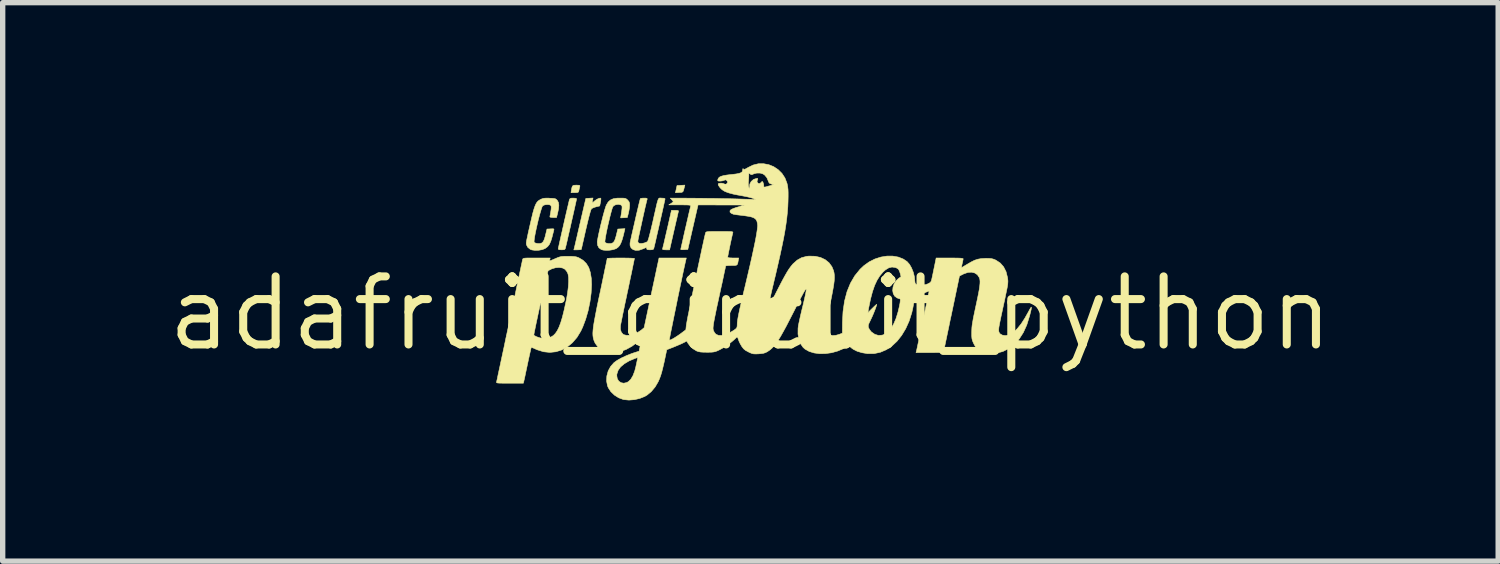
<source format=kicad_pcb>
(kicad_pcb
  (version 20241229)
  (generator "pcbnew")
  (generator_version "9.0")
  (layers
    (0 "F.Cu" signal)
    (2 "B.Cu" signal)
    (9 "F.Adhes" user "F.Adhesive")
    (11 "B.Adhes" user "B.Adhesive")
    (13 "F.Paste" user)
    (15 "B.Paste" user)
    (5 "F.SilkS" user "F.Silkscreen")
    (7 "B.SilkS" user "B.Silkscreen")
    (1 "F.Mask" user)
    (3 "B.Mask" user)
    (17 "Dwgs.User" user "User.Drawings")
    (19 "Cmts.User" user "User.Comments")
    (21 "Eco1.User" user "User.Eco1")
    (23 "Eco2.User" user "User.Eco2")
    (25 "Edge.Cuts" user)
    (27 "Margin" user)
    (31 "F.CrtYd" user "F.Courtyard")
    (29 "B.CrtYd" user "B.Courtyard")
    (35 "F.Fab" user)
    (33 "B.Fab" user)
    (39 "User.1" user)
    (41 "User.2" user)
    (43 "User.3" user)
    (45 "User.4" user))
  (footprint "adafruit_circuit_python"
    (layer "F.Cu")
    (at 10.953 2.798)
    (property "Reference" "adafruit_circuit_python" (at 0 0 0) (layer "F.SilkS") (effects (font (size 1.27 1.27) (thickness 0.15))))
    (attr through_hole)
    (fp_poly (pts (xy -1.232 -2.358) (xy -1.244 -2.31) (xy -1.254 -2.28) (xy -1.267 -2.265) (xy -1.286 -2.258) (xy -1.318 -2.256) (xy -1.328 -2.256) (xy -1.399 -2.252) (xy -1.369 -2.386) (xy -1.223 -2.394) (xy -1.232 -2.358)) (stroke (width 0.01) (type solid)) (fill yes) (layer "F.SilkS"))
    (fp_poly (pts (xy -3.208 -2.392) (xy -3.188 -2.388) (xy -3.182 -2.379) (xy -3.185 -2.36) (xy -3.186 -2.359) (xy -3.195 -2.32) (xy -3.201 -2.29) (xy -3.207 -2.269) (xy -3.219 -2.258) (xy -3.242 -2.254) (xy -3.278 -2.253) (xy -3.348 -2.253) (xy -3.34 -2.301) (xy -3.331 -2.348) (xy -3.321 -2.375) (xy -3.305 -2.388) (xy -3.279 -2.392) (xy -3.248 -2.393) (xy -3.208 -2.392)) (stroke (width 0.01) (type solid)) (fill yes) (layer "F.SilkS"))
    (fp_poly (pts (xy -1.365 -1.922) (xy -1.346 -1.917) (xy -1.342 -1.907) (xy -1.343 -1.901) (xy -1.348 -1.883) (xy -1.357 -1.844) (xy -1.37 -1.786) (xy -1.387 -1.715) (xy -1.406 -1.632) (xy -1.427 -1.541) (xy -1.429 -1.532) (xy -1.508 -1.186) (xy -1.577 -1.186) (xy -1.619 -1.188) (xy -1.638 -1.194) (xy -1.64 -1.202) (xy -1.636 -1.218) (xy -1.627 -1.256) (xy -1.613 -1.311) (xy -1.597 -1.382) (xy -1.578 -1.464) (xy -1.557 -1.555) (xy -1.553 -1.57) (xy -1.473 -1.923) (xy -1.405 -1.923) (xy -1.365 -1.922)) (stroke (width 0.01) (type solid)) (fill yes) (layer "F.SilkS"))
    (fp_poly (pts (xy -3.268 -2.149) (xy -3.246 -2.142) (xy -3.244 -2.137) (xy -3.246 -2.123) (xy -3.254 -2.087) (xy -3.266 -2.033) (xy -3.281 -1.965) (xy -3.299 -1.885) (xy -3.319 -1.797) (xy -3.34 -1.705) (xy -3.361 -1.611) (xy -3.382 -1.52) (xy -3.402 -1.434) (xy -3.419 -1.357) (xy -3.434 -1.293) (xy -3.446 -1.244) (xy -3.453 -1.214) (xy -3.455 -1.208) (xy -3.465 -1.194) (xy -3.489 -1.188) (xy -3.524 -1.186) (xy -3.566 -1.189) (xy -3.585 -1.198) (xy -3.586 -1.203) (xy -3.584 -1.218) (xy -3.576 -1.254) (xy -3.564 -1.308) (xy -3.549 -1.377) (xy -3.531 -1.457) (xy -3.511 -1.545) (xy -3.49 -1.638) (xy -3.469 -1.731) (xy -3.448 -1.822) (xy -3.428 -1.908) (xy -3.41 -1.984) (xy -3.395 -2.048) (xy -3.384 -2.096) (xy -3.377 -2.125) (xy -3.375 -2.129) (xy -3.365 -2.143) (xy -3.341 -2.15) (xy -3.306 -2.151) (xy -3.268 -2.149)) (stroke (width 0.01) (type solid)) (fill yes) (layer "F.SilkS"))
    (fp_poly (pts (xy -2.946 -2.105) (xy -2.955 -2.056) (xy -2.909 -2.097) (xy -2.871 -2.125) (xy -2.834 -2.144) (xy -2.804 -2.152) (xy -2.791 -2.148) (xy -2.79 -2.132) (xy -2.793 -2.1) (xy -2.798 -2.073) (xy -2.812 -2.005) (xy -2.878 -1.989) (xy -2.92 -1.976) (xy -2.954 -1.96) (xy -2.966 -1.951) (xy -2.976 -1.932) (xy -2.99 -1.888) (xy -3.008 -1.823) (xy -3.03 -1.737) (xy -3.055 -1.633) (xy -3.071 -1.565) (xy -3.092 -1.473) (xy -3.111 -1.388) (xy -3.128 -1.315) (xy -3.141 -1.257) (xy -3.15 -1.216) (xy -3.154 -1.195) (xy -3.155 -1.194) (xy -3.166 -1.19) (xy -3.196 -1.187) (xy -3.225 -1.186) (xy -3.295 -1.186) (xy -3.286 -1.221) (xy -3.281 -1.241) (xy -3.271 -1.283) (xy -3.257 -1.344) (xy -3.239 -1.42) (xy -3.219 -1.508) (xy -3.196 -1.606) (xy -3.174 -1.701) (xy -3.071 -2.145) (xy -3.004 -2.149) (xy -2.937 -2.153) (xy -2.946 -2.105)) (stroke (width 0.01) (type solid)) (fill yes) (layer "F.SilkS"))
    (fp_poly (pts (xy -2.381 -2.151) (xy -2.346 -2.148) (xy -2.323 -2.141) (xy -2.304 -2.128) (xy -2.29 -2.114) (xy -2.266 -2.086) (xy -2.256 -2.056) (xy -2.254 -2.016) (xy -2.258 -1.97) (xy -2.267 -1.913) (xy -2.276 -1.872) (xy -2.297 -1.789) (xy -2.36 -1.785) (xy -2.422 -1.782) (xy -2.413 -1.836) (xy -2.402 -1.905) (xy -2.396 -1.954) (xy -2.395 -1.986) (xy -2.398 -2.005) (xy -2.407 -2.017) (xy -2.422 -2.025) (xy -2.422 -2.026) (xy -2.466 -2.035) (xy -2.513 -2.028) (xy -2.552 -2.008) (xy -2.565 -1.992) (xy -2.576 -1.969) (xy -2.589 -1.926) (xy -2.605 -1.868) (xy -2.623 -1.798) (xy -2.641 -1.721) (xy -2.66 -1.641) (xy -2.677 -1.563) (xy -2.692 -1.489) (xy -2.704 -1.424) (xy -2.712 -1.373) (xy -2.715 -1.339) (xy -2.714 -1.327) (xy -2.691 -1.312) (xy -2.65 -1.303) (xy -2.644 -1.303) (xy -2.601 -1.304) (xy -2.568 -1.316) (xy -2.543 -1.342) (xy -2.523 -1.386) (xy -2.504 -1.451) (xy -2.502 -1.46) (xy -2.474 -1.574) (xy -2.341 -1.581) (xy -2.349 -1.546) (xy -2.373 -1.447) (xy -2.395 -1.37) (xy -2.417 -1.312) (xy -2.44 -1.268) (xy -2.467 -1.237) (xy -2.499 -1.213) (xy -2.515 -1.205) (xy -2.564 -1.189) (xy -2.625 -1.179) (xy -2.689 -1.176) (xy -2.747 -1.181) (xy -2.782 -1.191) (xy -2.827 -1.224) (xy -2.852 -1.273) (xy -2.858 -1.333) (xy -2.856 -1.35) (xy -2.846 -1.406) (xy -2.832 -1.476) (xy -2.814 -1.557) (xy -2.794 -1.644) (xy -2.772 -1.731) (xy -2.751 -1.815) (xy -2.73 -1.892) (xy -2.711 -1.956) (xy -2.696 -2.002) (xy -2.687 -2.024) (xy -2.654 -2.078) (xy -2.613 -2.115) (xy -2.56 -2.139) (xy -2.49 -2.15) (xy -2.434 -2.151) (xy -2.381 -2.151)) (stroke (width 0.01) (type solid)) (fill yes) (layer "F.SilkS"))
    (fp_poly (pts (xy -3.755 -2.15) (xy -3.749 -2.149) (xy -3.694 -2.147) (xy -3.658 -2.143) (xy -3.634 -2.136) (xy -3.617 -2.123) (xy -3.604 -2.109) (xy -3.583 -2.071) (xy -3.575 -2.019) (xy -3.58 -1.952) (xy -3.597 -1.872) (xy -3.618 -1.789) (xy -3.682 -1.789) (xy -3.723 -1.792) (xy -3.741 -1.799) (xy -3.742 -1.806) (xy -3.727 -1.887) (xy -3.718 -1.947) (xy -3.716 -1.987) (xy -3.721 -2.01) (xy -3.724 -2.015) (xy -3.752 -2.028) (xy -3.793 -2.031) (xy -3.836 -2.026) (xy -3.87 -2.012) (xy -3.878 -2.005) (xy -3.889 -1.985) (xy -3.903 -1.944) (xy -3.92 -1.888) (xy -3.939 -1.819) (xy -3.959 -1.743) (xy -3.978 -1.662) (xy -3.996 -1.582) (xy -4.012 -1.506) (xy -4.025 -1.438) (xy -4.033 -1.384) (xy -4.037 -1.345) (xy -4.035 -1.328) (xy -4.011 -1.312) (xy -3.967 -1.303) (xy -3.965 -1.303) (xy -3.922 -1.304) (xy -3.89 -1.315) (xy -3.865 -1.341) (xy -3.845 -1.384) (xy -3.826 -1.448) (xy -3.824 -1.459) (xy -3.796 -1.574) (xy -3.728 -1.577) (xy -3.689 -1.579) (xy -3.67 -1.576) (xy -3.666 -1.567) (xy -3.667 -1.558) (xy -3.673 -1.536) (xy -3.683 -1.496) (xy -3.696 -1.446) (xy -3.7 -1.428) (xy -3.724 -1.349) (xy -3.75 -1.29) (xy -3.784 -1.246) (xy -3.827 -1.214) (xy -3.833 -1.21) (xy -3.887 -1.189) (xy -3.952 -1.178) (xy -4.019 -1.176) (xy -4.078 -1.184) (xy -4.107 -1.195) (xy -4.153 -1.231) (xy -4.179 -1.28) (xy -4.183 -1.313) (xy -4.18 -1.334) (xy -4.173 -1.375) (xy -4.16 -1.435) (xy -4.145 -1.508) (xy -4.126 -1.591) (xy -4.107 -1.674) (xy -4.081 -1.786) (xy -4.059 -1.877) (xy -4.039 -1.947) (xy -4.02 -2.002) (xy -4.002 -2.043) (xy -3.983 -2.074) (xy -3.962 -2.097) (xy -3.937 -2.114) (xy -3.915 -2.127) (xy -3.884 -2.14) (xy -3.853 -2.148) (xy -3.812 -2.151) (xy -3.755 -2.15)) (stroke (width 0.01) (type solid)) (fill yes) (layer "F.SilkS"))
    (fp_poly (pts (xy -1.667 -2.152) (xy -1.656 -2.151) (xy -1.617 -2.149) (xy -1.595 -2.142) (xy -1.593 -2.137) (xy -1.595 -2.123) (xy -1.603 -2.087) (xy -1.615 -2.033) (xy -1.63 -1.965) (xy -1.648 -1.885) (xy -1.668 -1.797) (xy -1.689 -1.705) (xy -1.71 -1.611) (xy -1.731 -1.52) (xy -1.751 -1.434) (xy -1.768 -1.357) (xy -1.783 -1.293) (xy -1.795 -1.244) (xy -1.802 -1.214) (xy -1.804 -1.208) (xy -1.814 -1.194) (xy -1.838 -1.188) (xy -1.873 -1.186) (xy -1.911 -1.188) (xy -1.929 -1.193) (xy -1.935 -1.206) (xy -1.935 -1.211) (xy -1.937 -1.224) (xy -1.945 -1.228) (xy -1.964 -1.222) (xy -2.002 -1.205) (xy -2.002 -1.205) (xy -2.076 -1.179) (xy -2.142 -1.176) (xy -2.189 -1.19) (xy -2.227 -1.222) (xy -2.246 -1.269) (xy -2.246 -1.313) (xy -2.241 -1.34) (xy -2.231 -1.385) (xy -2.218 -1.446) (xy -2.201 -1.52) (xy -2.182 -1.602) (xy -2.162 -1.689) (xy -2.142 -1.777) (xy -2.122 -1.864) (xy -2.103 -1.944) (xy -2.086 -2.016) (xy -2.072 -2.074) (xy -2.061 -2.117) (xy -2.055 -2.139) (xy -2.055 -2.141) (xy -2.039 -2.147) (xy -2.007 -2.151) (xy -1.985 -2.151) (xy -1.947 -2.15) (xy -1.929 -2.145) (xy -1.926 -2.134) (xy -1.927 -2.129) (xy -1.936 -2.097) (xy -1.948 -2.046) (xy -1.964 -1.98) (xy -1.981 -1.904) (xy -2 -1.82) (xy -2.019 -1.733) (xy -2.038 -1.646) (xy -2.056 -1.564) (xy -2.072 -1.49) (xy -2.086 -1.427) (xy -2.095 -1.38) (xy -2.1 -1.352) (xy -2.101 -1.346) (xy -2.094 -1.319) (xy -2.068 -1.306) (xy -2.068 -1.305) (xy -2.028 -1.304) (xy -1.98 -1.314) (xy -1.937 -1.331) (xy -1.921 -1.341) (xy -1.912 -1.359) (xy -1.898 -1.401) (xy -1.881 -1.465) (xy -1.859 -1.551) (xy -1.834 -1.656) (xy -1.822 -1.707) (xy -1.796 -1.824) (xy -1.774 -1.919) (xy -1.757 -1.994) (xy -1.744 -2.051) (xy -1.732 -2.093) (xy -1.723 -2.121) (xy -1.714 -2.14) (xy -1.704 -2.149) (xy -1.694 -2.153) (xy -1.682 -2.153) (xy -1.667 -2.152)) (stroke (width 0.01) (type solid)) (fill yes) (layer "F.SilkS"))
    (fp_poly (pts (xy -3.402 -1.065) (xy -3.336 -1.064) (xy -3.287 -1.061) (xy -3.25 -1.055) (xy -3.217 -1.044) (xy -3.199 -1.036) (xy -3.123 -0.991) (xy -3.063 -0.932) (xy -3.017 -0.857) (xy -2.987 -0.764) (xy -2.969 -0.653) (xy -2.964 -0.538) (xy -2.972 -0.381) (xy -2.994 -0.216) (xy -3.028 -0.051) (xy -3.074 0.108) (xy -3.129 0.254) (xy -3.165 0.331) (xy -3.237 0.449) (xy -3.322 0.547) (xy -3.416 0.625) (xy -3.52 0.682) (xy -3.629 0.716) (xy -3.743 0.728) (xy -3.859 0.716) (xy -3.976 0.68) (xy -4.002 0.669) (xy -4.043 0.65) (xy -4.074 0.638) (xy -4.089 0.633) (xy -4.09 0.634) (xy -4.093 0.647) (xy -4.101 0.681) (xy -4.113 0.734) (xy -4.128 0.801) (xy -4.145 0.879) (xy -4.158 0.94) (xy -4.176 1.026) (xy -4.193 1.105) (xy -4.207 1.173) (xy -4.219 1.227) (xy -4.227 1.262) (xy -4.229 1.273) (xy -4.237 1.303) (xy -4.49 1.303) (xy -4.577 1.303) (xy -4.641 1.302) (xy -4.686 1.301) (xy -4.715 1.299) (xy -4.731 1.295) (xy -4.738 1.289) (xy -4.738 1.282) (xy -4.737 1.281) (xy -4.734 1.265) (xy -4.725 1.227) (xy -4.713 1.167) (xy -4.696 1.088) (xy -4.675 0.991) (xy -4.651 0.878) (xy -4.624 0.752) (xy -4.594 0.613) (xy -4.563 0.463) (xy -4.551 0.408) (xy -4.041 0.408) (xy -4.029 0.415) (xy -4.001 0.43) (xy -3.987 0.437) (xy -3.924 0.458) (xy -3.85 0.465) (xy -3.776 0.458) (xy -3.717 0.438) (xy -3.676 0.412) (xy -3.639 0.374) (xy -3.604 0.323) (xy -3.571 0.256) (xy -3.539 0.171) (xy -3.508 0.068) (xy -3.477 -0.057) (xy -3.445 -0.204) (xy -3.433 -0.259) (xy -3.412 -0.381) (xy -3.398 -0.492) (xy -3.392 -0.59) (xy -3.393 -0.672) (xy -3.403 -0.734) (xy -3.407 -0.744) (xy -3.428 -0.785) (xy -3.459 -0.822) (xy -3.461 -0.824) (xy -3.508 -0.848) (xy -3.568 -0.857) (xy -3.636 -0.852) (xy -3.705 -0.832) (xy -3.768 -0.8) (xy -3.774 -0.796) (xy -3.779 -0.782) (xy -3.788 -0.747) (xy -3.802 -0.693) (xy -3.818 -0.623) (xy -3.838 -0.539) (xy -3.859 -0.446) (xy -3.882 -0.346) (xy -3.905 -0.241) (xy -3.929 -0.135) (xy -3.952 -0.031) (xy -3.973 0.069) (xy -3.993 0.161) (xy -4.01 0.243) (xy -4.024 0.311) (xy -4.035 0.364) (xy -4.04 0.397) (xy -4.041 0.408) (xy -4.551 0.408) (xy -4.529 0.305) (xy -4.494 0.141) (xy -4.46 -0.024) (xy -4.426 -0.182) (xy -4.394 -0.332) (xy -4.365 -0.472) (xy -4.338 -0.599) (xy -4.314 -0.712) (xy -4.293 -0.81) (xy -4.276 -0.89) (xy -4.263 -0.95) (xy -4.255 -0.989) (xy -4.251 -1.005) (xy -4.248 -1.015) (xy -4.242 -1.022) (xy -4.23 -1.027) (xy -4.209 -1.031) (xy -4.175 -1.033) (xy -4.124 -1.033) (xy -4.054 -1.034) (xy -3.99 -1.034) (xy -3.736 -1.034) (xy -3.744 -1.003) (xy -3.747 -0.99) (xy -3.743 -0.983) (xy -3.73 -0.985) (xy -3.703 -0.995) (xy -3.657 -1.015) (xy -3.647 -1.019) (xy -3.599 -1.04) (xy -3.561 -1.053) (xy -3.526 -1.061) (xy -3.484 -1.064) (xy -3.428 -1.065) (xy -3.402 -1.065)) (stroke (width 0.01) (type solid)) (fill yes) (layer "F.SilkS"))
    (fp_poly (pts (xy 0.343 -2.775) (xy 0.434 -2.738) (xy 0.517 -2.683) (xy 0.588 -2.613) (xy 0.644 -2.528) (xy 0.682 -2.43) (xy 0.688 -2.405) (xy 0.696 -2.36) (xy 0.702 -2.311) (xy 0.704 -2.254) (xy 0.704 -2.181) (xy 0.702 -2.089) (xy 0.702 -2.088) (xy 0.698 -1.987) (xy 0.69 -1.885) (xy 0.679 -1.778) (xy 0.664 -1.665) (xy 0.645 -1.543) (xy 0.621 -1.41) (xy 0.591 -1.263) (xy 0.556 -1.099) (xy 0.515 -0.918) (xy 0.468 -0.715) (xy 0.444 -0.617) (xy 0.42 -0.514) (xy 0.397 -0.419) (xy 0.378 -0.335) (xy 0.363 -0.264) (xy 0.351 -0.209) (xy 0.345 -0.174) (xy 0.343 -0.16) (xy 0.349 -0.157) (xy 0.356 -0.161) (xy 0.366 -0.174) (xy 0.381 -0.198) (xy 0.402 -0.236) (xy 0.43 -0.29) (xy 0.467 -0.363) (xy 0.495 -0.418) (xy 0.555 -0.535) (xy 0.606 -0.632) (xy 0.65 -0.712) (xy 0.688 -0.778) (xy 0.722 -0.831) (xy 0.755 -0.876) (xy 0.787 -0.915) (xy 0.795 -0.924) (xy 0.872 -0.993) (xy 0.954 -1.039) (xy 1.048 -1.064) (xy 1.093 -1.069) (xy 1.206 -1.066) (xy 1.307 -1.044) (xy 1.395 -1.003) (xy 1.467 -0.945) (xy 1.521 -0.871) (xy 1.552 -0.795) (xy 1.561 -0.756) (xy 1.566 -0.714) (xy 1.567 -0.665) (xy 1.564 -0.607) (xy 1.555 -0.537) (xy 1.541 -0.452) (xy 1.522 -0.35) (xy 1.498 -0.228) (xy 1.475 -0.121) (xy 1.451 -0.01) (xy 1.432 0.08) (xy 1.418 0.15) (xy 1.408 0.204) (xy 1.401 0.245) (xy 1.399 0.275) (xy 1.398 0.298) (xy 1.401 0.315) (xy 1.404 0.326) (xy 1.429 0.372) (xy 1.472 0.401) (xy 1.529 0.414) (xy 1.596 0.409) (xy 1.659 0.391) (xy 1.716 0.369) (xy 1.718 0.172) (xy 1.727 -0.012) (xy 2.191 -0.012) (xy 2.274 -0.094) (xy 2.31 -0.129) (xy 2.338 -0.155) (xy 2.355 -0.168) (xy 2.357 -0.169) (xy 2.352 -0.146) (xy 2.339 -0.106) (xy 2.32 -0.055) (xy 2.297 0.002) (xy 2.273 0.058) (xy 2.249 0.109) (xy 2.244 0.12) (xy 2.219 0.171) (xy 2.204 0.206) (xy 2.199 0.231) (xy 2.2 0.252) (xy 2.204 0.267) (xy 2.223 0.302) (xy 2.251 0.339) (xy 2.259 0.347) (xy 2.322 0.391) (xy 2.389 0.411) (xy 2.46 0.406) (xy 2.503 0.39) (xy 2.564 0.35) (xy 2.621 0.286) (xy 2.672 0.2) (xy 2.717 0.096) (xy 2.755 -0.027) (xy 2.756 -0.031) (xy 2.778 -0.124) (xy 2.792 -0.195) (xy 2.797 -0.242) (xy 2.795 -0.267) (xy 2.788 -0.272) (xy 2.768 -0.277) (xy 2.737 -0.289) (xy 2.732 -0.292) (xy 2.69 -0.324) (xy 2.665 -0.371) (xy 2.655 -0.427) (xy 2.661 -0.489) (xy 2.681 -0.549) (xy 2.715 -0.605) (xy 2.762 -0.65) (xy 2.811 -0.685) (xy 2.796 -0.745) (xy 2.779 -0.796) (xy 2.758 -0.828) (xy 2.726 -0.848) (xy 2.701 -0.857) (xy 2.642 -0.865) (xy 2.583 -0.851) (xy 2.522 -0.814) (xy 2.472 -0.769) (xy 2.415 -0.701) (xy 2.364 -0.62) (xy 2.318 -0.522) (xy 2.278 -0.406) (xy 2.242 -0.27) (xy 2.209 -0.111) (xy 2.199 -0.056) (xy 2.191 -0.012) (xy 1.727 -0.012) (xy 1.729 -0.038) (xy 1.757 -0.231) (xy 1.803 -0.406) (xy 1.867 -0.563) (xy 1.948 -0.702) (xy 2.046 -0.823) (xy 2.117 -0.89) (xy 2.216 -0.961) (xy 2.323 -1.015) (xy 2.435 -1.051) (xy 2.547 -1.069) (xy 2.656 -1.069) (xy 2.76 -1.051) (xy 2.853 -1.014) (xy 2.923 -0.967) (xy 2.968 -0.916) (xy 3.007 -0.848) (xy 3.039 -0.768) (xy 3.06 -0.684) (xy 3.068 -0.603) (xy 3.068 -0.602) (xy 3.073 -0.566) (xy 3.089 -0.543) (xy 3.121 -0.53) (xy 3.173 -0.526) (xy 3.188 -0.526) (xy 3.271 -0.537) (xy 3.315 -0.553) (xy 3.351 -0.573) (xy 3.37 -0.594) (xy 3.382 -0.627) (xy 3.384 -0.639) (xy 3.392 -0.674) (xy 3.403 -0.726) (xy 3.416 -0.79) (xy 3.43 -0.858) (xy 3.432 -0.866) (xy 3.466 -1.034) (xy 3.718 -1.034) (xy 3.809 -1.033) (xy 3.876 -1.032) (xy 3.924 -1.03) (xy 3.953 -1.026) (xy 3.968 -1.022) (xy 3.97 -1.018) (xy 3.967 -0.998) (xy 3.96 -0.961) (xy 3.952 -0.929) (xy 3.944 -0.89) (xy 3.94 -0.864) (xy 3.941 -0.856) (xy 3.954 -0.862) (xy 3.983 -0.879) (xy 4.023 -0.903) (xy 4.038 -0.912) (xy 4.117 -0.958) (xy 4.182 -0.991) (xy 4.243 -1.011) (xy 4.305 -1.022) (xy 4.377 -1.026) (xy 4.389 -1.027) (xy 4.449 -1.026) (xy 4.492 -1.023) (xy 4.527 -1.015) (xy 4.562 -1.002) (xy 4.583 -0.992) (xy 4.663 -0.939) (xy 4.725 -0.868) (xy 4.77 -0.779) (xy 4.797 -0.672) (xy 4.799 -0.661) (xy 4.802 -0.639) (xy 4.804 -0.619) (xy 4.805 -0.599) (xy 4.804 -0.576) (xy 4.802 -0.548) (xy 4.797 -0.513) (xy 4.789 -0.468) (xy 4.777 -0.41) (xy 4.762 -0.339) (xy 4.744 -0.25) (xy 4.72 -0.142) (xy 4.692 -0.012) (xy 4.682 0.033) (xy 4.662 0.129) (xy 4.647 0.203) (xy 4.637 0.259) (xy 4.633 0.301) (xy 4.634 0.331) (xy 4.64 0.353) (xy 4.65 0.37) (xy 4.662 0.383) (xy 4.702 0.406) (xy 4.755 0.414) (xy 4.813 0.407) (xy 4.856 0.39) (xy 4.918 0.348) (xy 4.983 0.282) (xy 5.052 0.196) (xy 5.121 0.09) (xy 5.185 -0.024) (xy 5.212 -0.074) (xy 5.231 -0.106) (xy 5.242 -0.117) (xy 5.244 -0.108) (xy 5.24 -0.077) (xy 5.227 -0.023) (xy 5.208 0.054) (xy 5.207 0.055) (xy 5.157 0.216) (xy 5.093 0.357) (xy 5.016 0.477) (xy 4.926 0.576) (xy 4.825 0.654) (xy 4.713 0.71) (xy 4.589 0.744) (xy 4.571 0.746) (xy 4.466 0.753) (xy 4.373 0.739) (xy 4.289 0.705) (xy 4.271 0.694) (xy 4.235 0.666) (xy 4.205 0.631) (xy 4.176 0.581) (xy 4.171 0.571) (xy 4.152 0.53) (xy 4.14 0.497) (xy 4.133 0.464) (xy 4.13 0.424) (xy 4.13 0.367) (xy 4.13 0.351) (xy 4.131 0.307) (xy 4.133 0.264) (xy 4.138 0.218) (xy 4.147 0.164) (xy 4.158 0.099) (xy 4.174 0.02) (xy 4.195 -0.079) (xy 4.209 -0.145) (xy 4.235 -0.266) (xy 4.255 -0.365) (xy 4.27 -0.445) (xy 4.279 -0.508) (xy 4.284 -0.559) (xy 4.285 -0.598) (xy 4.282 -0.631) (xy 4.275 -0.658) (xy 4.27 -0.67) (xy 4.236 -0.721) (xy 4.187 -0.754) (xy 4.126 -0.769) (xy 4.057 -0.764) (xy 3.982 -0.738) (xy 3.97 -0.732) (xy 3.901 -0.697) (xy 3.752 0.014) (xy 3.724 0.144) (xy 3.699 0.267) (xy 3.675 0.38) (xy 3.654 0.481) (xy 3.636 0.568) (xy 3.621 0.638) (xy 3.61 0.69) (xy 3.604 0.72) (xy 3.602 0.728) (xy 3.59 0.729) (xy 3.556 0.73) (xy 3.505 0.731) (xy 3.439 0.731) (xy 3.363 0.732) (xy 3.346 0.732) (xy 3.091 0.732) (xy 3.098 0.703) (xy 3.103 0.683) (xy 3.112 0.642) (xy 3.124 0.584) (xy 3.14 0.51) (xy 3.158 0.425) (xy 3.178 0.331) (xy 3.199 0.231) (xy 3.221 0.129) (xy 3.242 0.028) (xy 3.263 -0.071) (xy 3.283 -0.162) (xy 3.3 -0.244) (xy 3.314 -0.314) (xy 3.325 -0.367) (xy 3.333 -0.402) (xy 3.335 -0.415) (xy 3.324 -0.414) (xy 3.296 -0.403) (xy 3.255 -0.386) (xy 3.23 -0.375) (xy 3.179 -0.352) (xy 3.133 -0.331) (xy 3.1 -0.316) (xy 3.092 -0.313) (xy 3.074 -0.303) (xy 3.063 -0.286) (xy 3.056 -0.257) (xy 3.051 -0.216) (xy 3.043 -0.164) (xy 3.031 -0.099) (xy 3.016 -0.033) (xy 3.012 -0.015) (xy 2.962 0.143) (xy 2.898 0.285) (xy 2.822 0.411) (xy 2.736 0.52) (xy 2.64 0.609) (xy 2.536 0.678) (xy 2.425 0.725) (xy 2.309 0.75) (xy 2.189 0.751) (xy 2.187 0.751) (xy 2.084 0.734) (xy 1.993 0.707) (xy 1.92 0.67) (xy 1.892 0.65) (xy 1.84 0.606) (xy 1.741 0.655) (xy 1.63 0.702) (xy 1.516 0.734) (xy 1.401 0.75) (xy 1.291 0.752) (xy 1.188 0.738) (xy 1.097 0.71) (xy 1.02 0.667) (xy 0.983 0.634) (xy 0.936 0.567) (xy 0.904 0.482) (xy 0.888 0.385) (xy 0.889 0.28) (xy 0.895 0.228) (xy 0.903 0.19) (xy 0.915 0.133) (xy 0.931 0.06) (xy 0.95 -0.022) (xy 0.971 -0.11) (xy 0.981 -0.149) (xy 1 -0.231) (xy 1.017 -0.305) (xy 1.03 -0.367) (xy 1.039 -0.414) (xy 1.043 -0.441) (xy 1.043 -0.447) (xy 1.038 -0.45) (xy 1.031 -0.446) (xy 1.021 -0.435) (xy 1.007 -0.413) (xy 0.988 -0.38) (xy 0.963 -0.333) (xy 0.93 -0.271) (xy 0.889 -0.191) (xy 0.838 -0.091) (xy 0.805 -0.026) (xy 0.731 0.118) (xy 0.667 0.242) (xy 0.61 0.346) (xy 0.561 0.433) (xy 0.516 0.505) (xy 0.475 0.564) (xy 0.437 0.612) (xy 0.401 0.65) (xy 0.364 0.682) (xy 0.326 0.708) (xy 0.314 0.716) (xy 0.277 0.734) (xy 0.238 0.746) (xy 0.187 0.752) (xy 0.151 0.755) (xy 0.097 0.757) (xy 0.058 0.755) (xy 0.025 0.747) (xy -0.012 0.732) (xy -0.038 0.719) (xy -0.09 0.691) (xy -0.127 0.661) (xy -0.158 0.621) (xy -0.163 0.613) (xy -0.19 0.567) (xy -0.213 0.519) (xy -0.222 0.493) (xy -0.235 0.456) (xy -0.247 0.442) (xy -0.262 0.448) (xy -0.273 0.461) (xy -0.305 0.492) (xy -0.352 0.532) (xy -0.41 0.575) (xy -0.47 0.617) (xy -0.529 0.654) (xy -0.577 0.68) (xy -0.62 0.7) (xy -0.655 0.713) (xy -0.688 0.72) (xy -0.728 0.724) (xy -0.782 0.725) (xy -0.812 0.725) (xy -0.879 0.724) (xy -0.928 0.721) (xy -0.965 0.714) (xy -0.997 0.704) (xy -1.008 0.699) (xy -1.069 0.661) (xy -1.124 0.611) (xy -1.165 0.557) (xy -1.169 0.551) (xy -1.187 0.516) (xy -1.253 0.55) (xy -1.295 0.57) (xy -1.351 0.594) (xy -1.413 0.62) (xy -1.44 0.631) (xy -1.561 0.678) (xy -1.583 0.784) (xy -1.609 0.907) (xy -1.633 1.009) (xy -1.654 1.093) (xy -1.675 1.163) (xy -1.697 1.221) (xy -1.72 1.273) (xy -1.72 1.274) (xy -1.778 1.373) (xy -1.849 1.458) (xy -1.928 1.524) (xy -1.972 1.55) (xy -2.065 1.587) (xy -2.166 1.61) (xy -2.267 1.618) (xy -2.359 1.609) (xy -2.371 1.607) (xy -2.458 1.575) (xy -2.537 1.525) (xy -2.604 1.461) (xy -2.652 1.387) (xy -2.667 1.351) (xy -2.684 1.261) (xy -2.679 1.167) (xy -2.677 1.161) (xy -2.494 1.161) (xy -2.484 1.22) (xy -2.456 1.265) (xy -2.414 1.293) (xy -2.364 1.303) (xy -2.309 1.291) (xy -2.277 1.274) (xy -2.232 1.23) (xy -2.192 1.163) (xy -2.158 1.074) (xy -2.138 0.996) (xy -2.126 0.941) (xy -2.116 0.893) (xy -2.109 0.859) (xy -2.107 0.85) (xy -2.104 0.832) (xy -2.111 0.827) (xy -2.133 0.833) (xy -2.15 0.839) (xy -2.262 0.886) (xy -2.353 0.94) (xy -2.423 0.999) (xy -2.469 1.064) (xy -2.492 1.133) (xy -2.494 1.161) (xy -2.677 1.161) (xy -2.654 1.075) (xy -2.609 0.992) (xy -2.548 0.922) (xy -2.548 0.921) (xy -2.489 0.878) (xy -2.411 0.834) (xy -2.319 0.791) (xy -2.219 0.751) (xy -2.181 0.738) (xy -2.077 0.705) (xy -2.064 0.642) (xy -2.053 0.592) (xy -2.044 0.541) (xy -2.042 0.526) (xy -2.033 0.473) (xy -2.098 0.529) (xy -2.21 0.613) (xy -2.323 0.675) (xy -2.435 0.714) (xy -2.545 0.73) (xy -2.588 0.729) (xy -2.69 0.712) (xy -2.776 0.677) (xy -2.846 0.625) (xy -2.897 0.556) (xy -2.919 0.506) (xy -2.928 0.475) (xy -2.935 0.443) (xy -2.939 0.408) (xy -2.94 0.367) (xy -2.937 0.319) (xy -2.931 0.261) (xy -2.921 0.192) (xy -2.906 0.108) (xy -2.887 0.007) (xy -2.864 -0.111) (xy -2.835 -0.251) (xy -2.805 -0.389) (xy -2.779 -0.512) (xy -2.755 -0.627) (xy -2.733 -0.732) (xy -2.714 -0.825) (xy -2.697 -0.903) (xy -2.685 -0.964) (xy -2.676 -1.005) (xy -2.672 -1.025) (xy -2.672 -1.026) (xy -2.66 -1.028) (xy -2.626 -1.03) (xy -2.575 -1.032) (xy -2.509 -1.033) (xy -2.434 -1.034) (xy -2.418 -1.034) (xy -2.341 -1.033) (xy -2.273 -1.032) (xy -2.219 -1.03) (xy -2.181 -1.028) (xy -2.165 -1.026) (xy -2.164 -1.025) (xy -2.167 -1.011) (xy -2.174 -0.975) (xy -2.186 -0.919) (xy -2.201 -0.845) (xy -2.219 -0.756) (xy -2.241 -0.655) (xy -2.264 -0.543) (xy -2.289 -0.424) (xy -2.291 -0.419) (xy -2.316 -0.297) (xy -2.341 -0.182) (xy -2.363 -0.075) (xy -2.383 0.02) (xy -2.399 0.101) (xy -2.412 0.165) (xy -2.421 0.21) (xy -2.425 0.232) (xy -2.426 0.295) (xy -2.41 0.349) (xy -2.378 0.388) (xy -2.364 0.397) (xy -2.312 0.41) (xy -2.248 0.407) (xy -2.177 0.389) (xy -2.105 0.357) (xy -2.037 0.312) (xy -2.026 0.303) (xy -1.983 0.267) (xy -1.852 -0.348) (xy -1.826 -0.471) (xy -1.801 -0.587) (xy -1.778 -0.693) (xy -1.758 -0.788) (xy -1.741 -0.868) (xy -1.727 -0.932) (xy -1.718 -0.976) (xy -1.713 -0.998) (xy -1.713 -0.999) (xy -1.705 -1.034) (xy -1.196 -1.034) (xy -1.203 -1.005) (xy -1.213 -0.961) (xy -1.227 -0.898) (xy -1.244 -0.82) (xy -1.264 -0.728) (xy -1.285 -0.625) (xy -1.309 -0.515) (xy -1.333 -0.399) (xy -1.358 -0.28) (xy -1.382 -0.16) (xy -1.406 -0.043) (xy -1.429 0.069) (xy -1.45 0.173) (xy -1.469 0.268) (xy -1.486 0.349) (xy -1.499 0.416) (xy -1.508 0.464) (xy -1.512 0.492) (xy -1.513 0.498) (xy -1.497 0.497) (xy -1.465 0.483) (xy -1.422 0.459) (xy -1.37 0.426) (xy -1.314 0.388) (xy -1.293 0.372) (xy -1.205 0.306) (xy -1.196 0.222) (xy -1.191 0.193) (xy -1.182 0.141) (xy -1.169 0.07) (xy -1.151 -0.017) (xy -1.131 -0.119) (xy -1.108 -0.232) (xy -1.083 -0.354) (xy -1.057 -0.482) (xy -1.03 -0.613) (xy -1.002 -0.745) (xy -0.975 -0.875) (xy -0.948 -1) (xy -0.923 -1.117) (xy -0.9 -1.225) (xy -0.879 -1.319) (xy -0.862 -1.398) (xy -0.848 -1.458) (xy -0.838 -1.498) (xy -0.835 -1.507) (xy -0.831 -1.514) (xy -0.822 -1.52) (xy -0.803 -1.524) (xy -0.772 -1.527) (xy -0.726 -1.528) (xy -0.662 -1.529) (xy -0.575 -1.529) (xy -0.488 -1.529) (xy -0.424 -1.528) (xy -0.379 -1.527) (xy -0.35 -1.525) (xy -0.334 -1.521) (xy -0.327 -1.516) (xy -0.327 -1.508) (xy -0.328 -1.507) (xy -0.333 -1.484) (xy -0.343 -1.443) (xy -0.355 -1.388) (xy -0.369 -1.325) (xy -0.383 -1.259) (xy -0.396 -1.194) (xy -0.408 -1.136) (xy -0.417 -1.089) (xy -0.423 -1.058) (xy -0.424 -1.05) (xy -0.416 -1.041) (xy -0.388 -1.036) (xy -0.338 -1.034) (xy -0.321 -1.034) (xy -0.218 -1.034) (xy -0.227 -0.986) (xy -0.235 -0.942) (xy -0.244 -0.915) (xy -0.259 -0.901) (xy -0.286 -0.895) (xy -0.331 -0.894) (xy -0.355 -0.894) (xy -0.404 -0.893) (xy -0.441 -0.89) (xy -0.461 -0.886) (xy -0.462 -0.884) (xy -0.465 -0.869) (xy -0.472 -0.833) (xy -0.484 -0.779) (xy -0.499 -0.708) (xy -0.516 -0.626) (xy -0.536 -0.534) (xy -0.544 -0.5) (xy -0.578 -0.343) (xy -0.607 -0.208) (xy -0.632 -0.095) (xy -0.651 -0.000008) (xy -0.667 0.078) (xy -0.679 0.14) (xy -0.688 0.19) (xy -0.693 0.229) (xy -0.696 0.258) (xy -0.697 0.281) (xy -0.695 0.298) (xy -0.692 0.312) (xy -0.692 0.315) (xy -0.673 0.354) (xy -0.646 0.387) (xy -0.643 0.389) (xy -0.597 0.41) (xy -0.537 0.412) (xy -0.468 0.397) (xy -0.391 0.364) (xy -0.309 0.315) (xy -0.3 0.309) (xy -0.268 0.284) (xy -0.252 0.263) (xy -0.247 0.235) (xy -0.246 0.207) (xy -0.245 0.174) (xy -0.24 0.132) (xy -0.231 0.078) (xy -0.218 0.01) (xy -0.201 -0.072) (xy -0.178 -0.173) (xy -0.15 -0.294) (xy -0.116 -0.437) (xy -0.111 -0.456) (xy -0.057 -0.684) (xy -0.009 -0.89) (xy 0.032 -1.071) (xy 0.066 -1.229) (xy 0.094 -1.363) (xy 0.114 -1.473) (xy 0.127 -1.559) (xy 0.134 -1.621) (xy 0.135 -1.64) (xy 0.13 -1.684) (xy 0.12 -1.724) (xy 0.116 -1.731) (xy 0.102 -1.754) (xy 0.082 -1.772) (xy 0.053 -1.788) (xy 0.014 -1.801) (xy -0.04 -1.812) (xy -0.112 -1.823) (xy -0.205 -1.834) (xy -0.262 -1.841) (xy -0.319 -1.851) (xy -0.359 -1.869) (xy -0.381 -1.891) (xy -0.38 -1.916) (xy -0.378 -1.919) (xy -0.368 -1.931) (xy -0.35 -1.943) (xy -0.321 -1.956) (xy -0.277 -1.972) (xy -0.213 -1.991) (xy -0.196 -1.997) (xy -0.113 -2.022) (xy -0.545 -2.023) (xy -0.977 -2.024) (xy -1.073 -1.608) (xy -1.168 -1.193) (xy -1.234 -1.189) (xy -1.271 -1.188) (xy -1.295 -1.19) (xy -1.3 -1.193) (xy -1.298 -1.207) (xy -1.29 -1.242) (xy -1.278 -1.294) (xy -1.263 -1.361) (xy -1.246 -1.438) (xy -1.227 -1.522) (xy -1.207 -1.608) (xy -1.187 -1.695) (xy -1.168 -1.777) (xy -1.151 -1.852) (xy -1.136 -1.916) (xy -1.124 -1.964) (xy -1.117 -1.995) (xy -1.115 -2.002) (xy -1.114 -2.01) (xy -1.12 -2.016) (xy -1.136 -2.02) (xy -1.165 -2.023) (xy -1.211 -2.024) (xy -1.278 -2.025) (xy -1.315 -2.025) (xy -1.523 -2.025) (xy -1.481 -2.051) (xy -1.455 -2.07) (xy -1.441 -2.083) (xy -1.44 -2.085) (xy -1.448 -2.099) (xy -1.467 -2.121) (xy -1.468 -2.122) (xy -1.495 -2.151) (xy -1.173 -2.15) (xy -1.049 -2.149) (xy -0.921 -2.148) (xy -0.79 -2.146) (xy -0.659 -2.145) (xy -0.531 -2.142) (xy -0.408 -2.14) (xy -0.292 -2.137) (xy -0.187 -2.134) (xy -0.095 -2.131) (xy -0.019 -2.129) (xy 0.039 -2.126) (xy 0.077 -2.123) (xy 0.09 -2.121) (xy 0.096 -2.121) (xy 0.083 -2.13) (xy 0.07 -2.137) (xy 0.039 -2.15) (xy -0.01 -2.164) (xy -0.07 -2.178) (xy -0.127 -2.189) (xy -0.237 -2.209) (xy -0.324 -2.227) (xy -0.395 -2.246) (xy -0.452 -2.266) (xy -0.488 -2.282) (xy -0.529 -2.309) (xy -0.565 -2.344) (xy -0.592 -2.382) (xy -0.596 -2.396) (xy -0.039 -2.396) (xy -0.03 -2.354) (xy -0.017 -2.325) (xy -0.01 -2.319) (xy -0.011 -2.339) (xy -0.014 -2.359) (xy -0.011 -2.413) (xy 0.014 -2.461) (xy 0.054 -2.496) (xy 0.065 -2.502) (xy 0.11 -2.517) (xy 0.134 -2.519) (xy 0.138 -2.506) (xy 0.133 -2.496) (xy 0.123 -2.465) (xy 0.132 -2.439) (xy 0.152 -2.424) (xy 0.177 -2.425) (xy 0.199 -2.442) (xy 0.216 -2.461) (xy 0.226 -2.46) (xy 0.235 -2.445) (xy 0.246 -2.412) (xy 0.249 -2.387) (xy 0.249 -2.369) (xy 0.254 -2.359) (xy 0.268 -2.357) (xy 0.297 -2.363) (xy 0.344 -2.377) (xy 0.351 -2.378) (xy 0.433 -2.402) (xy 0.389 -2.414) (xy 0.356 -2.428) (xy 0.339 -2.453) (xy 0.334 -2.469) (xy 0.308 -2.531) (xy 0.268 -2.58) (xy 0.236 -2.602) (xy 0.183 -2.618) (xy 0.122 -2.619) (xy 0.066 -2.606) (xy 0.057 -2.601) (xy 0.029 -2.589) (xy 0.011 -2.59) (xy -0.007 -2.604) (xy -0.022 -2.616) (xy -0.029 -2.613) (xy -0.03 -2.592) (xy -0.03 -2.57) (xy -0.032 -2.52) (xy -0.036 -2.466) (xy -0.038 -2.452) (xy -0.039 -2.396) (xy -0.596 -2.396) (xy -0.602 -2.414) (xy -0.602 -2.414) (xy -0.591 -2.425) (xy -0.564 -2.43) (xy -0.531 -2.429) (xy -0.499 -2.421) (xy -0.489 -2.416) (xy -0.464 -2.407) (xy -0.444 -2.417) (xy -0.428 -2.438) (xy -0.424 -2.45) (xy -0.433 -2.47) (xy -0.444 -2.482) (xy -0.466 -2.493) (xy -0.489 -2.484) (xy -0.517 -2.474) (xy -0.556 -2.469) (xy -0.565 -2.469) (xy -0.597 -2.47) (xy -0.61 -2.477) (xy -0.609 -2.492) (xy -0.608 -2.497) (xy -0.597 -2.523) (xy -0.577 -2.543) (xy -0.547 -2.558) (xy -0.502 -2.571) (xy -0.438 -2.582) (xy -0.353 -2.592) (xy -0.342 -2.593) (xy -0.265 -2.602) (xy -0.21 -2.613) (xy -0.174 -2.626) (xy -0.154 -2.643) (xy -0.145 -2.666) (xy -0.144 -2.677) (xy -0.141 -2.7) (xy -0.137 -2.702) (xy -0.136 -2.701) (xy -0.126 -2.688) (xy -0.108 -2.688) (xy -0.077 -2.702) (xy -0.044 -2.722) (xy 0.05 -2.768) (xy 0.147 -2.792) (xy 0.246 -2.793) (xy 0.343 -2.775)) (stroke (width 0.01) (type solid)) (fill yes) (layer "F.SilkS")))
  (gr_rect
    (start -3 -3)
    (end 24.907 7.421)
    (stroke (width 0.1) (type default))
    (fill no)
    (layer "Edge.Cuts")))
</source>
